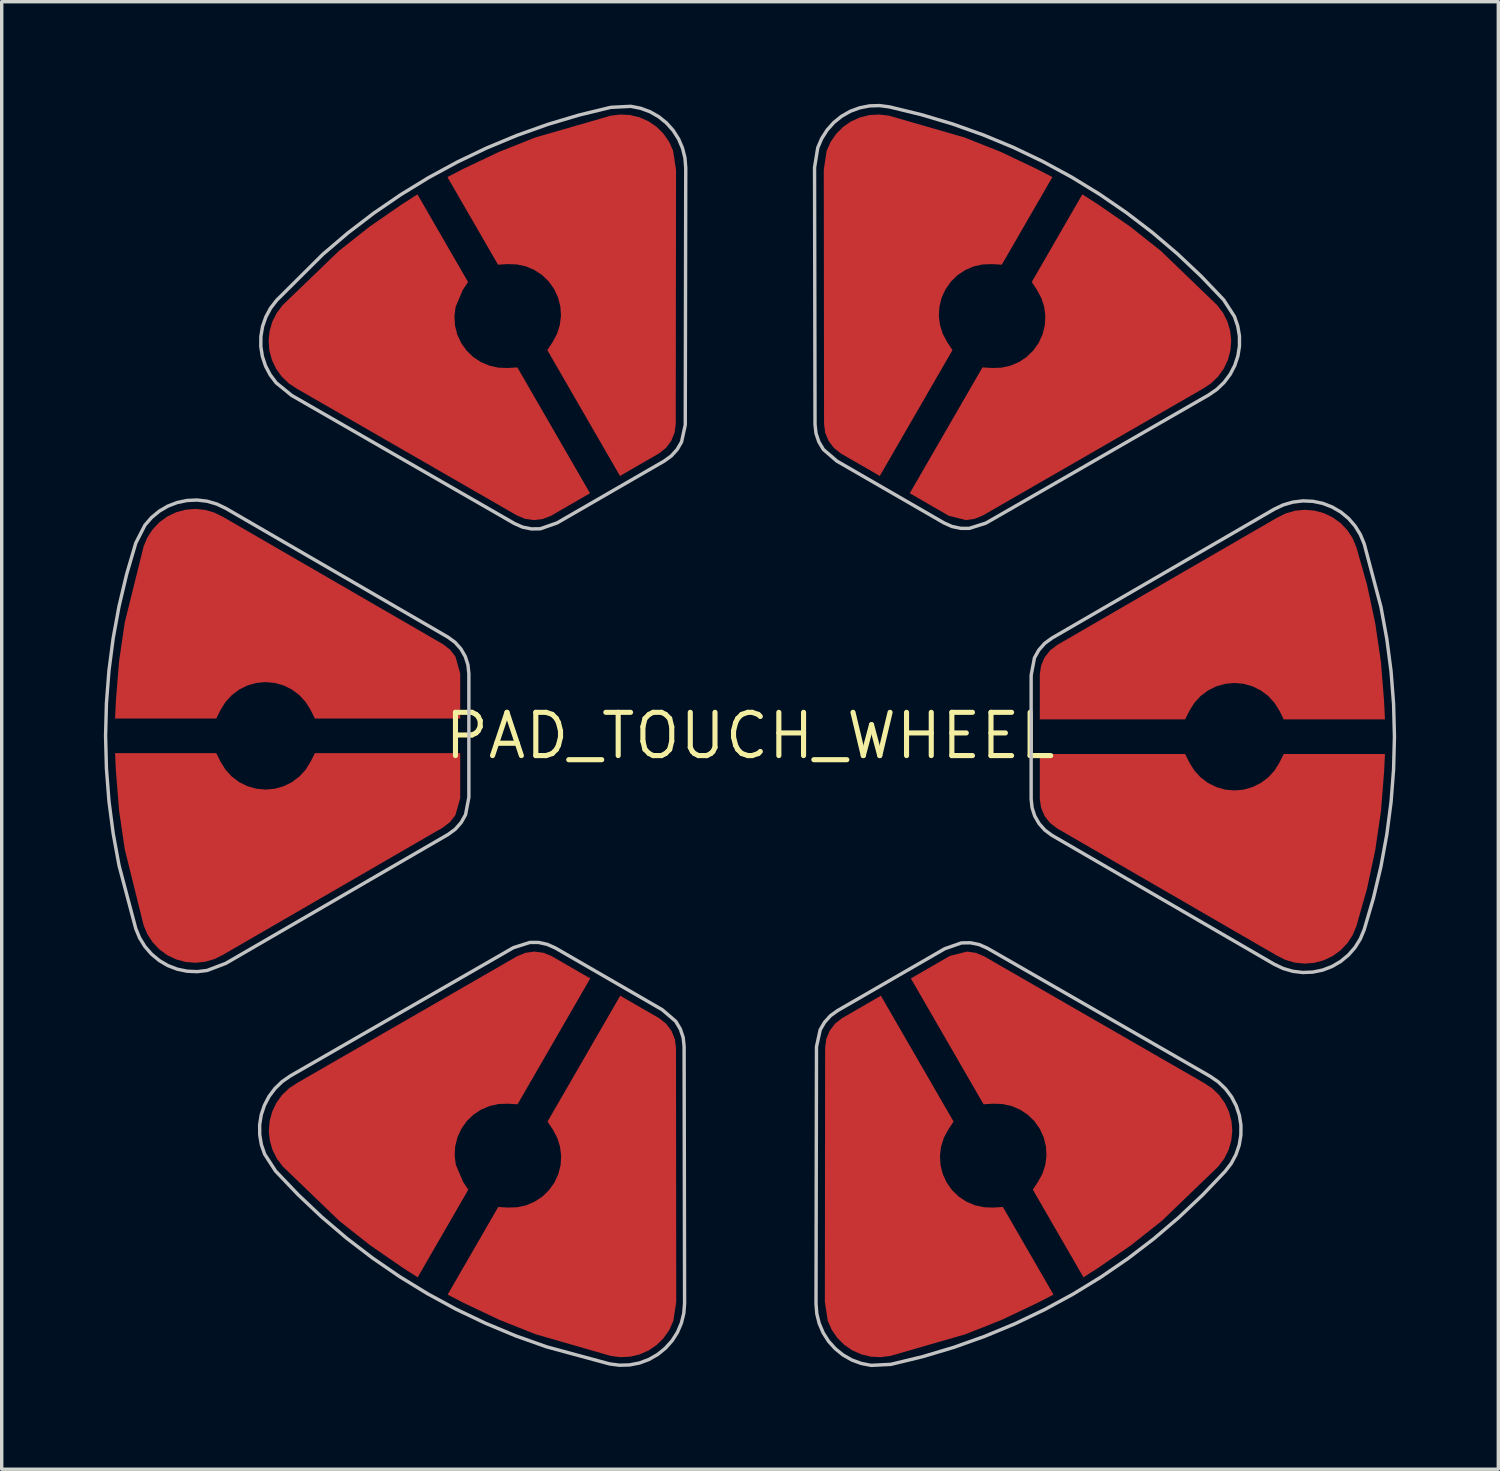
<source format=kicad_pcb>
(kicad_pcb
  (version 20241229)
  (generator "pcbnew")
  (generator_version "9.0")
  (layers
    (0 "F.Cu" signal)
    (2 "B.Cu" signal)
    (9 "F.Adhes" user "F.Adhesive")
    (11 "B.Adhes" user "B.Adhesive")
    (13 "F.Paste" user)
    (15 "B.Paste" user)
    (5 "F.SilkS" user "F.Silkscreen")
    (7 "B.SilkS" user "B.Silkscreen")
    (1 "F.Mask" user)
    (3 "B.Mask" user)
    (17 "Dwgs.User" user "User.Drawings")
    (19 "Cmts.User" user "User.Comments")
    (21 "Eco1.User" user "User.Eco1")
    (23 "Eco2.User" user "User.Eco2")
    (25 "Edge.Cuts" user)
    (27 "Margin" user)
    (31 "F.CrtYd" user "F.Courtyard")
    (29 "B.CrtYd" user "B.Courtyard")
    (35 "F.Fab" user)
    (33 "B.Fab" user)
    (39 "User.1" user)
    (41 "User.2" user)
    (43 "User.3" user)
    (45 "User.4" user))
  (footprint "PAD_TOUCH_WHEEL"
    (layer "F.Cu")
    (at 18.972 18.556)
    (property "Reference" "PAD_TOUCH_WHEEL" (at 0 0 0) (layer "F.SilkS") (effects (font (size 1.27 1.27) (thickness 0.15))))
    (attr through_hole)
    (fp_poly (pts (xy -3.818 -7.631) (xy -5.952 -11.326) (xy -5.795 -11.563) (xy -5.795 -11.563) (xy -5.667 -11.803) (xy -5.584 -12.063) (xy -5.551 -12.333) (xy -5.568 -12.604) (xy -5.635 -12.868) (xy -5.749 -13.115) (xy -5.906 -13.337) (xy -6.101 -13.527) (xy -6.328 -13.677) (xy -6.578 -13.784) (xy -6.844 -13.842) (xy -7.116 -13.851) (xy -7.399 -13.834) (xy -8.885 -16.407) (xy -8.411 -16.652) (xy -7.37 -17.146) (xy -6.3 -17.571) (xy -4.089 -18.209) (xy -3.804 -18.244) (xy -3.518 -18.228) (xy -3.24 -18.16) (xy -2.978 -18.043) (xy -2.742 -17.881) (xy -2.539 -17.678) (xy -2.376 -17.443) (xy -2.258 -17.181) (xy -2.172 -16.617) (xy -2.18 -9.163) (xy -2.214 -8.904) (xy -2.312 -8.662) (xy -2.469 -8.453) (xy -2.674 -8.291)) (stroke (width 0) (type solid)) (fill yes) (layer "F.Cu"))
    (fp_poly (pts (xy -3.811 7.631) (xy -5.945 11.326) (xy -5.788 11.563) (xy -5.788 11.563) (xy -5.66 11.803) (xy -5.578 12.063) (xy -5.545 12.333) (xy -5.561 12.604) (xy -5.628 12.868) (xy -5.742 13.115) (xy -5.899 13.337) (xy -6.094 13.527) (xy -6.321 13.677) (xy -6.571 13.784) (xy -6.837 13.842) (xy -7.109 13.851) (xy -7.393 13.834) (xy -8.878 16.407) (xy -8.404 16.652) (xy -7.364 17.146) (xy -6.294 17.571) (xy -4.082 18.209) (xy -3.797 18.244) (xy -3.511 18.228) (xy -3.233 18.16) (xy -2.971 18.043) (xy -2.735 17.881) (xy -2.532 17.678) (xy -2.369 17.443) (xy -2.251 17.181) (xy -2.166 16.617) (xy -2.173 9.163) (xy -2.207 8.904) (xy -2.306 8.662) (xy -2.463 8.453) (xy -2.667 8.291)) (stroke (width 0) (type solid)) (fill yes) (layer "F.Cu"))
    (fp_poly (pts (xy 3.811 -7.631) (xy 5.945 -11.326) (xy 5.788 -11.563) (xy 5.788 -11.563) (xy 5.66 -11.803) (xy 5.578 -12.063) (xy 5.545 -12.333) (xy 5.562 -12.604) (xy 5.628 -12.868) (xy 5.742 -13.115) (xy 5.899 -13.337) (xy 6.094 -13.527) (xy 6.321 -13.677) (xy 6.571 -13.784) (xy 6.837 -13.842) (xy 7.109 -13.851) (xy 7.393 -13.834) (xy 8.879 -16.407) (xy 8.404 -16.652) (xy 7.364 -17.146) (xy 6.294 -17.571) (xy 4.082 -18.209) (xy 3.798 -18.244) (xy 3.511 -18.228) (xy 3.233 -18.16) (xy 2.971 -18.043) (xy 2.735 -17.881) (xy 2.532 -17.678) (xy 2.369 -17.443) (xy 2.251 -17.181) (xy 2.166 -16.617) (xy 2.174 -9.163) (xy 2.207 -8.904) (xy 2.306 -8.662) (xy 2.463 -8.453) (xy 2.667 -8.291)) (stroke (width 0) (type solid)) (fill yes) (layer "F.Cu"))
    (fp_poly (pts (xy 3.843 7.631) (xy 5.977 11.326) (xy 5.821 11.563) (xy 5.82 11.563) (xy 5.692 11.803) (xy 5.61 12.063) (xy 5.577 12.333) (xy 5.594 12.604) (xy 5.66 12.868) (xy 5.774 13.115) (xy 5.931 13.337) (xy 6.126 13.527) (xy 6.353 13.677) (xy 6.604 13.784) (xy 6.869 13.842) (xy 7.141 13.851) (xy 7.425 13.834) (xy 8.911 16.407) (xy 8.436 16.652) (xy 7.396 17.146) (xy 6.326 17.571) (xy 4.114 18.209) (xy 3.83 18.244) (xy 3.544 18.228) (xy 3.265 18.16) (xy 3.004 18.043) (xy 2.767 17.881) (xy 2.564 17.678) (xy 2.401 17.443) (xy 2.284 17.181) (xy 2.198 16.617) (xy 2.206 9.163) (xy 2.239 8.904) (xy 2.338 8.662) (xy 2.495 8.453) (xy 2.7 8.291)) (stroke (width 0) (type solid)) (fill yes) (layer "F.Cu"))
    (fp_poly (pts (xy -8.509 -0.508) (xy -12.776 -0.508) (xy -12.903 -0.762) (xy -13.047 -0.993) (xy -13.23 -1.194) (xy -13.448 -1.358) (xy -13.691 -1.479) (xy -13.953 -1.553) (xy -14.224 -1.578) (xy -14.495 -1.553) (xy -14.757 -1.479) (xy -15 -1.358) (xy -15.218 -1.194) (xy -15.401 -0.993) (xy -15.545 -0.762) (xy -15.672 -0.508) (xy -18.644 -0.508) (xy -18.618 -1.041) (xy -18.526 -2.189) (xy -18.359 -3.329) (xy -17.805 -5.563) (xy -17.805 -5.563) (xy -17.694 -5.827) (xy -17.537 -6.066) (xy -17.339 -6.274) (xy -17.107 -6.442) (xy -16.848 -6.565) (xy -16.571 -6.64) (xy -16.285 -6.663) (xy -16 -6.634) (xy -15.725 -6.554) (xy -15.469 -6.426) (xy -9.017 -2.692) (xy -9.017 -2.692) (xy -8.81 -2.534) (xy -8.649 -2.327) (xy -8.509 -1.829)) (stroke (width 0) (type solid)) (fill yes) (layer "F.Cu"))
    (fp_poly (pts (xy -8.509 0.508) (xy -12.776 0.508) (xy -12.903 0.762) (xy -13.047 0.993) (xy -13.23 1.194) (xy -13.448 1.358) (xy -13.691 1.479) (xy -13.953 1.553) (xy -14.224 1.578) (xy -14.495 1.553) (xy -14.757 1.479) (xy -15 1.358) (xy -15.218 1.194) (xy -15.401 0.993) (xy -15.545 0.762) (xy -15.672 0.508) (xy -18.644 0.508) (xy -18.618 1.041) (xy -18.526 2.189) (xy -18.359 3.329) (xy -17.805 5.563) (xy -17.805 5.563) (xy -17.694 5.827) (xy -17.537 6.066) (xy -17.339 6.274) (xy -17.107 6.442) (xy -16.848 6.565) (xy -16.571 6.64) (xy -16.285 6.663) (xy -16 6.634) (xy -15.725 6.554) (xy -15.469 6.426) (xy -9.017 2.692) (xy -9.017 2.692) (xy -8.81 2.534) (xy -8.649 2.327) (xy -8.509 1.829)) (stroke (width 0) (type solid)) (fill yes) (layer "F.Cu"))
    (fp_poly (pts (xy -4.698 -7.123) (xy -6.831 -10.818) (xy -7.115 -10.801) (xy -7.387 -10.81) (xy -7.653 -10.869) (xy -7.903 -10.975) (xy -8.13 -11.125) (xy -8.325 -11.315) (xy -8.482 -11.537) (xy -8.596 -11.784) (xy -8.662 -12.048) (xy -8.679 -12.32) (xy -8.646 -12.59) (xy -8.436 -13.089) (xy -8.279 -13.326) (xy -9.765 -15.899) (xy -10.214 -15.611) (xy -11.162 -14.957) (xy -12.066 -14.243) (xy -13.723 -12.646) (xy -13.723 -12.646) (xy -13.896 -12.418) (xy -14.025 -12.162) (xy -14.106 -11.887) (xy -14.135 -11.602) (xy -14.113 -11.316) (xy -14.039 -11.039) (xy -13.916 -10.78) (xy -13.749 -10.547) (xy -13.542 -10.349) (xy -13.303 -10.191) (xy -6.843 -6.471) (xy -6.843 -6.471) (xy -6.602 -6.371) (xy -6.344 -6.335) (xy -6.084 -6.367) (xy -5.842 -6.462)) (stroke (width 0) (type solid)) (fill yes) (layer "F.Cu"))
    (fp_poly (pts (xy -4.691 7.123) (xy -6.825 10.818) (xy -7.108 10.801) (xy -7.38 10.81) (xy -7.646 10.869) (xy -7.896 10.975) (xy -8.123 11.125) (xy -8.318 11.315) (xy -8.475 11.537) (xy -8.589 11.784) (xy -8.656 12.048) (xy -8.673 12.32) (xy -8.639 12.59) (xy -8.429 13.089) (xy -8.272 13.326) (xy -9.758 15.899) (xy -10.207 15.611) (xy -11.155 14.957) (xy -12.059 14.243) (xy -13.717 12.646) (xy -13.717 12.646) (xy -13.89 12.418) (xy -14.019 12.162) (xy -14.099 11.887) (xy -14.129 11.602) (xy -14.106 11.316) (xy -14.032 11.039) (xy -13.909 10.78) (xy -13.742 10.547) (xy -13.535 10.349) (xy -13.296 10.191) (xy -6.837 6.471) (xy -6.837 6.471) (xy -6.595 6.371) (xy -6.337 6.335) (xy -6.078 6.367) (xy -5.835 6.462)) (stroke (width 0) (type solid)) (fill yes) (layer "F.Cu"))
    (fp_poly (pts (xy 4.691 -7.123) (xy 6.825 -10.818) (xy 7.108 -10.801) (xy 7.38 -10.81) (xy 7.646 -10.869) (xy 7.896 -10.975) (xy 8.123 -11.125) (xy 8.318 -11.315) (xy 8.475 -11.537) (xy 8.589 -11.784) (xy 8.656 -12.048) (xy 8.673 -12.32) (xy 8.64 -12.59) (xy 8.557 -12.849) (xy 8.429 -13.089) (xy 8.273 -13.326) (xy 9.758 -15.899) (xy 10.208 -15.611) (xy 11.156 -14.957) (xy 12.059 -14.243) (xy 13.717 -12.646) (xy 13.717 -12.646) (xy 13.89 -12.418) (xy 14.019 -12.162) (xy 14.099 -11.887) (xy 14.129 -11.602) (xy 14.106 -11.316) (xy 14.032 -11.039) (xy 13.91 -10.78) (xy 13.742 -10.547) (xy 13.535 -10.349) (xy 13.296 -10.191) (xy 6.837 -6.471) (xy 6.837 -6.471) (xy 6.596 -6.371) (xy 6.337 -6.335) (xy 5.835 -6.462)) (stroke (width 0) (type solid)) (fill yes) (layer "F.Cu"))
    (fp_poly (pts (xy 4.723 7.123) (xy 6.857 10.818) (xy 7.14 10.801) (xy 7.412 10.81) (xy 7.678 10.869) (xy 7.929 10.975) (xy 8.155 11.125) (xy 8.351 11.315) (xy 8.508 11.537) (xy 8.621 11.784) (xy 8.688 12.048) (xy 8.705 12.32) (xy 8.672 12.59) (xy 8.59 12.849) (xy 8.461 13.089) (xy 8.305 13.326) (xy 9.791 15.899) (xy 10.24 15.611) (xy 11.188 14.957) (xy 12.091 14.243) (xy 13.749 12.646) (xy 13.749 12.646) (xy 13.922 12.418) (xy 14.051 12.162) (xy 14.131 11.887) (xy 14.161 11.602) (xy 14.138 11.316) (xy 14.064 11.039) (xy 13.942 10.78) (xy 13.774 10.547) (xy 13.568 10.349) (xy 13.328 10.191) (xy 6.869 6.471) (xy 6.869 6.471) (xy 6.628 6.371) (xy 6.369 6.335) (xy 5.867 6.462)) (stroke (width 0) (type solid)) (fill yes) (layer "F.Cu"))
    (fp_poly (pts (xy 8.509 -0.483) (xy 12.776 -0.483) (xy 12.903 -0.737) (xy 13.047 -0.968) (xy 13.23 -1.169) (xy 13.448 -1.332) (xy 13.691 -1.453) (xy 13.953 -1.528) (xy 14.224 -1.553) (xy 14.495 -1.528) (xy 14.757 -1.453) (xy 15 -1.332) (xy 15.218 -1.169) (xy 15.401 -0.968) (xy 15.545 -0.737) (xy 15.672 -0.483) (xy 18.644 -0.483) (xy 18.618 -1.016) (xy 18.526 -2.164) (xy 18.359 -3.303) (xy 18.119 -4.429) (xy 17.805 -5.537) (xy 17.805 -5.537) (xy 17.694 -5.801) (xy 17.537 -6.041) (xy 17.339 -6.248) (xy 17.107 -6.416) (xy 16.848 -6.54) (xy 16.571 -6.614) (xy 16.285 -6.638) (xy 16 -6.609) (xy 15.725 -6.529) (xy 15.469 -6.401) (xy 9.017 -2.667) (xy 9.017 -2.667) (xy 8.81 -2.508) (xy 8.649 -2.302) (xy 8.547 -2.062) (xy 8.509 -1.803)) (stroke (width 0) (type solid)) (fill yes) (layer "F.Cu"))
    (fp_poly (pts (xy 8.509 0.533) (xy 12.776 0.533) (xy 12.903 0.787) (xy 13.047 1.019) (xy 13.23 1.219) (xy 13.448 1.383) (xy 13.691 1.504) (xy 13.953 1.579) (xy 14.224 1.604) (xy 14.495 1.579) (xy 14.757 1.504) (xy 15 1.383) (xy 15.218 1.219) (xy 15.401 1.019) (xy 15.545 0.787) (xy 15.672 0.533) (xy 18.644 0.533) (xy 18.618 1.067) (xy 18.526 2.215) (xy 18.359 3.354) (xy 18.119 4.48) (xy 17.805 5.588) (xy 17.805 5.588) (xy 17.694 5.852) (xy 17.537 6.092) (xy 17.339 6.299) (xy 17.107 6.467) (xy 16.848 6.59) (xy 16.571 6.665) (xy 16.285 6.688) (xy 16 6.66) (xy 15.725 6.58) (xy 15.469 6.452) (xy 9.017 2.718) (xy 9.017 2.718) (xy 8.81 2.559) (xy 8.649 2.353) (xy 8.547 2.113) (xy 8.509 1.854)) (stroke (width 0) (type solid)) (fill yes) (layer "F.Cu"))
    (fp_poly (pts (xy -8.382 -0.381) (xy -18.771 -0.381) (xy -18.745 -1.041) (xy -18.684 -1.961) (xy -18.572 -2.876) (xy -18.409 -3.783) (xy -17.932 -5.563) (xy -17.826 -5.818) (xy -17.68 -6.054) (xy -17.499 -6.263) (xy -17.288 -6.442) (xy -17.051 -6.585) (xy -16.794 -6.69) (xy -16.525 -6.752) (xy -16.249 -6.772) (xy -15.973 -6.748) (xy -15.704 -6.681) (xy -15.215 -6.426) (xy -9.017 -2.845) (xy -8.815 -2.7) (xy -8.644 -2.518) (xy -8.512 -2.307) (xy -8.382 -1.829)) (stroke (width 0) (type solid)) (fill yes) (layer "F.Mask"))
    (fp_poly (pts (xy 3.858 -7.457) (xy 9.052 -16.454) (xy 8.467 -16.762) (xy 7.64 -17.169) (xy 6.792 -17.529) (xy 5.925 -17.841) (xy 4.146 -18.319) (xy 3.868 -18.354) (xy 3.589 -18.346) (xy 3.314 -18.293) (xy 3.052 -18.198) (xy 2.807 -18.063) (xy 2.587 -17.891) (xy 2.396 -17.686) (xy 2.241 -17.454) (xy 2.123 -17.201) (xy 2.047 -16.932) (xy 2.015 -16.654) (xy 2.026 -16.375) (xy 2.042 -9.239) (xy 2.066 -8.991) (xy 2.138 -8.753) (xy 2.255 -8.533) (xy 2.604 -8.181)) (stroke (width 0) (type solid)) (fill yes) (layer "F.Mask"))
    (fp_poly (pts (xy 8.382 0.406) (xy 18.771 0.406) (xy 18.745 1.067) (xy 18.684 1.986) (xy 18.572 2.901) (xy 18.409 3.808) (xy 17.932 5.588) (xy 17.826 5.843) (xy 17.68 6.079) (xy 17.499 6.289) (xy 17.288 6.467) (xy 17.051 6.611) (xy 16.794 6.715) (xy 16.525 6.778) (xy 16.249 6.798) (xy 15.973 6.774) (xy 15.704 6.707) (xy 15.215 6.452) (xy 9.017 2.87) (xy 8.815 2.725) (xy 8.644 2.544) (xy 8.512 2.332) (xy 8.424 2.1) (xy 8.382 1.854)) (stroke (width 0) (type solid)) (fill yes) (layer "F.Mask"))
    (fp_poly (pts (xy -8.382 0.381) (xy -18.771 0.381) (xy -18.745 1.041) (xy -18.684 1.961) (xy -18.572 2.876) (xy -18.409 3.783) (xy -17.932 5.563) (xy -17.825 5.82) (xy -17.677 6.058) (xy -17.495 6.269) (xy -17.281 6.45) (xy -17.042 6.594) (xy -16.782 6.698) (xy -16.51 6.761) (xy -16.231 6.78) (xy -15.953 6.755) (xy -15.682 6.686) (xy -15.425 6.576) (xy -15.189 6.426) (xy -9.017 2.845) (xy -9.017 2.845) (xy -8.815 2.7) (xy -8.645 2.518) (xy -8.513 2.307) (xy -8.382 1.829)) (stroke (width 0) (type solid)) (fill yes) (layer "F.Mask"))
    (fp_poly (pts (xy -3.858 7.457) (xy -9.052 16.454) (xy -8.467 16.762) (xy -7.64 17.169) (xy -6.792 17.529) (xy -5.925 17.841) (xy -4.145 18.319) (xy -3.868 18.354) (xy -3.589 18.346) (xy -3.314 18.293) (xy -3.052 18.198) (xy -2.807 18.063) (xy -2.587 17.891) (xy -2.396 17.686) (xy -2.24 17.454) (xy -2.123 17.201) (xy -2.047 16.932) (xy -2.014 16.654) (xy -2.026 16.375) (xy -2.041 9.239) (xy -2.066 8.991) (xy -2.138 8.753) (xy -2.255 8.533) (xy -2.412 8.34) (xy -2.604 8.181)) (stroke (width 0) (type solid)) (fill yes) (layer "F.Mask"))
    (fp_poly (pts (xy -4.518 7.076) (xy -9.712 16.073) (xy -10.271 15.721) (xy -11.037 15.208) (xy -11.773 14.654) (xy -12.477 14.059) (xy -13.147 13.426) (xy -13.78 12.756) (xy -13.78 12.756) (xy -13.948 12.536) (xy -14.079 12.292) (xy -14.17 12.031) (xy -14.219 11.758) (xy -14.225 11.482) (xy -14.187 11.207) (xy -14.107 10.942) (xy -13.986 10.693) (xy -13.827 10.466) (xy -13.635 10.267) (xy -13.169 9.971) (xy -6.969 6.394) (xy -6.742 6.291) (xy -6.499 6.234) (xy -6.251 6.226) (xy -6.005 6.266) (xy -5.771 6.352)) (stroke (width 0) (type solid)) (fill yes) (layer "F.Mask"))
    (fp_poly (pts (xy -3.864 -7.457) (xy -9.059 -16.454) (xy -8.474 -16.762) (xy -7.647 -17.169) (xy -6.799 -17.529) (xy -5.932 -17.841) (xy -5.049 -18.105) (xy -4.152 -18.319) (xy -4.152 -18.319) (xy -3.878 -18.354) (xy -3.601 -18.346) (xy -3.329 -18.294) (xy -3.068 -18.2) (xy -2.826 -18.067) (xy -2.607 -17.897) (xy -2.418 -17.695) (xy -2.263 -17.465) (xy -2.146 -17.215) (xy -2.069 -16.948) (xy -2.045 -16.397) (xy -2.048 -9.239) (xy -2.073 -8.991) (xy -2.145 -8.753) (xy -2.261 -8.533) (xy -2.419 -8.34) (xy -2.611 -8.181)) (stroke (width 0) (type solid)) (fill yes) (layer "F.Mask"))
    (fp_poly (pts (xy 3.89 7.457) (xy 9.084 16.454) (xy 8.5 16.762) (xy 7.673 17.169) (xy 6.824 17.529) (xy 5.957 17.841) (xy 4.178 18.319) (xy 4.178 18.319) (xy 3.903 18.354) (xy 3.626 18.346) (xy 3.354 18.294) (xy 3.094 18.2) (xy 2.851 18.067) (xy 2.633 17.897) (xy 2.443 17.695) (xy 2.288 17.465) (xy 2.171 17.215) (xy 2.095 16.948) (xy 2.061 16.674) (xy 2.071 16.397) (xy 2.074 9.239) (xy 2.098 8.991) (xy 2.17 8.753) (xy 2.287 8.533) (xy 2.444 8.34) (xy 2.636 8.181)) (stroke (width 0) (type solid)) (fill yes) (layer "F.Mask"))
    (fp_poly (pts (xy 4.518 -7.076) (xy 9.712 -16.073) (xy 10.271 -15.721) (xy 11.037 -15.208) (xy 11.773 -14.654) (xy 12.477 -14.059) (xy 13.78 -12.756) (xy 13.78 -12.756) (xy 13.948 -12.536) (xy 14.079 -12.292) (xy 14.17 -12.031) (xy 14.219 -11.758) (xy 14.225 -11.482) (xy 14.187 -11.207) (xy 14.107 -10.942) (xy 13.986 -10.693) (xy 13.827 -10.466) (xy 13.635 -10.267) (xy 13.414 -10.101) (xy 13.169 -9.971) (xy 6.969 -6.394) (xy 6.742 -6.291) (xy 6.5 -6.234) (xy 6.251 -6.226) (xy 6.005 -6.266) (xy 5.771 -6.352)) (stroke (width 0) (type solid)) (fill yes) (layer "F.Mask"))
    (fp_poly (pts (xy 8.382 -0.356) (xy 18.771 -0.356) (xy 18.745 -1.016) (xy 18.684 -1.936) (xy 18.572 -2.85) (xy 18.409 -3.757) (xy 17.932 -5.537) (xy 17.825 -5.795) (xy 17.677 -6.033) (xy 17.495 -6.244) (xy 17.281 -6.424) (xy 17.042 -6.568) (xy 16.782 -6.673) (xy 16.51 -6.736) (xy 16.231 -6.755) (xy 15.953 -6.729) (xy 15.682 -6.661) (xy 15.425 -6.55) (xy 15.189 -6.401) (xy 9.017 -2.819) (xy 9.017 -2.819) (xy 8.815 -2.674) (xy 8.645 -2.493) (xy 8.513 -2.281) (xy 8.424 -2.049) (xy 8.382 -1.803)) (stroke (width 0) (type solid)) (fill yes) (layer "F.Mask"))
    (fp_poly (pts (xy -4.524 -7.076) (xy -9.719 -16.073) (xy -10.278 -15.721) (xy -11.044 -15.208) (xy -11.78 -14.654) (xy -12.484 -14.059) (xy -13.153 -13.426) (xy -13.787 -12.756) (xy -13.787 -12.756) (xy -13.956 -12.534) (xy -14.088 -12.288) (xy -14.18 -12.024) (xy -14.229 -11.749) (xy -14.234 -11.469) (xy -14.196 -11.192) (xy -14.114 -10.925) (xy -13.991 -10.674) (xy -13.83 -10.446) (xy -13.635 -10.246) (xy -13.411 -10.079) (xy -13.163 -9.949) (xy -6.976 -6.394) (xy -6.749 -6.292) (xy -6.506 -6.235) (xy -6.257 -6.226) (xy -6.012 -6.266) (xy -5.778 -6.352)) (stroke (width 0) (type solid)) (fill yes) (layer "F.Mask"))
    (fp_poly (pts (xy 4.55 7.076) (xy 9.744 16.073) (xy 10.303 15.721) (xy 11.069 15.208) (xy 11.805 14.654) (xy 12.509 14.059) (xy 13.179 13.426) (xy 13.812 12.756) (xy 13.812 12.756) (xy 13.982 12.534) (xy 14.114 12.288) (xy 14.206 12.024) (xy 14.255 11.749) (xy 14.26 11.469) (xy 14.221 11.192) (xy 14.139 10.925) (xy 14.016 10.674) (xy 13.855 10.446) (xy 13.66 10.246) (xy 13.436 10.079) (xy 13.189 9.949) (xy 7.001 6.394) (xy 6.774 6.292) (xy 6.532 6.235) (xy 6.283 6.226) (xy 6.037 6.266) (xy 5.804 6.352)) (stroke (width 0) (type solid)) (fill yes) (layer "F.Mask"))
    (fp_poly (pts (xy -8.255 1.803) (xy -8.255 -1.829) (xy -8.255 -1.829) (xy -8.282 -2.084) (xy -8.36 -2.328) (xy -8.488 -2.551) (xy -8.658 -2.743) (xy -8.865 -2.896) (xy -15.392 -6.68) (xy -15.658 -6.807) (xy -15.941 -6.889) (xy -16.234 -6.924) (xy -16.528 -6.911) (xy -16.817 -6.851) (xy -17.092 -6.746) (xy -17.346 -6.597) (xy -17.573 -6.409) (xy -17.766 -6.187) (xy -18.034 -5.664) (xy -18.304 -4.744) (xy -18.526 -3.81) (xy -18.699 -2.867) (xy -18.823 -1.915) (xy -18.897 -0.959) (xy -18.922 0) (xy -18.897 0.959) (xy -18.823 1.915) (xy -18.699 2.867) (xy -18.526 3.81) (xy -18.034 5.664) (xy -17.921 5.936) (xy -17.766 6.187) (xy -17.573 6.409) (xy -17.346 6.597) (xy -17.092 6.746) (xy -16.817 6.851) (xy -16.528 6.911) (xy -16.234 6.924) (xy -15.941 6.889) (xy -15.392 6.68) (xy -8.865 2.896) (xy -8.865 2.896) (xy -8.653 2.741) (xy -8.48 2.544) (xy -8.352 2.315)) (stroke (width 0.1) (type solid)) (fill no) (layer "Dwgs.User"))
    (fp_poly (pts (xy -5.665 -6.252) (xy -2.52 -8.068) (xy -2.52 -8.068) (xy -2.312 -8.218) (xy -2.139 -8.409) (xy -2.01 -8.63) (xy -1.901 -9.129) (xy -1.887 -16.675) (xy -1.887 -16.675) (xy -1.91 -16.968) (xy -1.981 -17.254) (xy -2.097 -17.525) (xy -2.255 -17.774) (xy -2.451 -17.994) (xy -2.68 -18.179) (xy -2.936 -18.325) (xy -3.212 -18.427) (xy -3.501 -18.484) (xy -4.088 -18.454) (xy -5.02 -18.228) (xy -5.939 -17.953) (xy -6.843 -17.631) (xy -7.728 -17.263) (xy -8.594 -16.849) (xy -9.437 -16.391) (xy -10.255 -15.89) (xy -11.046 -15.348) (xy -11.808 -14.765) (xy -12.538 -14.143) (xy -13.898 -12.79) (xy -13.898 -12.79) (xy -14.078 -12.557) (xy -14.217 -12.297) (xy -14.313 -12.018) (xy -14.362 -11.728) (xy -14.364 -11.433) (xy -14.318 -11.142) (xy -14.226 -10.862) (xy -14.089 -10.601) (xy -13.913 -10.366) (xy -13.457 -9.995) (xy -6.916 -6.234) (xy -6.916 -6.234) (xy -6.676 -6.128) (xy -6.419 -6.076) (xy -6.157 -6.08)) (stroke (width 0.1) (type solid)) (fill no) (layer "Dwgs.User"))
    (fp_poly (pts (xy 5.716 6.252) (xy 2.571 8.068) (xy 2.363 8.218) (xy 2.19 8.409) (xy 2.061 8.63) (xy 1.952 9.129) (xy 1.938 16.675) (xy 1.938 16.675) (xy 1.961 16.968) (xy 2.032 17.254) (xy 2.147 17.525) (xy 2.305 17.774) (xy 2.502 17.994) (xy 2.731 18.179) (xy 2.987 18.325) (xy 3.263 18.427) (xy 3.552 18.484) (xy 4.138 18.454) (xy 5.071 18.228) (xy 5.99 17.953) (xy 6.893 17.631) (xy 7.779 17.263) (xy 8.645 16.849) (xy 9.488 16.391) (xy 10.306 15.89) (xy 11.097 15.348) (xy 11.859 14.765) (xy 12.589 14.143) (xy 13.287 13.484) (xy 13.949 12.79) (xy 14.129 12.557) (xy 14.268 12.297) (xy 14.364 12.018) (xy 14.413 11.728) (xy 14.415 11.433) (xy 14.369 11.142) (xy 14.276 10.862) (xy 14.14 10.601) (xy 13.963 10.366) (xy 13.751 10.162) (xy 13.508 9.995) (xy 6.967 6.234) (xy 6.967 6.234) (xy 6.727 6.128) (xy 6.47 6.076) (xy 6.208 6.08)) (stroke (width 0.1) (type solid)) (fill no) (layer "Dwgs.User"))
    (fp_poly (pts (xy -2.576 8.043) (xy -5.721 6.226) (xy -5.956 6.122) (xy -6.206 6.067) (xy -6.463 6.066) (xy -6.95 6.221) (xy -13.491 9.982) (xy -13.491 9.982) (xy -13.734 10.149) (xy -13.946 10.353) (xy -14.123 10.589) (xy -14.259 10.85) (xy -14.352 11.13) (xy -14.398 11.421) (xy -14.396 11.715) (xy -14.347 12.006) (xy -14.251 12.284) (xy -13.932 12.777) (xy -13.932 12.777) (xy -13.27 13.471) (xy -12.573 14.13) (xy -11.842 14.752) (xy -11.08 15.335) (xy -10.289 15.878) (xy -9.471 16.379) (xy -8.628 16.837) (xy -7.762 17.25) (xy -6.877 17.619) (xy -5.973 17.94) (xy -4.122 18.442) (xy -4.122 18.442) (xy -3.83 18.48) (xy -3.535 18.471) (xy -3.246 18.415) (xy -2.97 18.312) (xy -2.714 18.166) (xy -2.485 17.981) (xy -2.288 17.761) (xy -2.13 17.513) (xy -2.015 17.242) (xy -1.944 16.956) (xy -1.921 16.662) (xy -1.935 9.117) (xy -1.935 9.116) (xy -1.963 8.856) (xy -2.046 8.608) (xy -2.181 8.383)) (stroke (width 0.1) (type solid)) (fill no) (layer "Dwgs.User"))
    (fp_poly (pts (xy 2.55 -8.068) (xy 5.696 -6.252) (xy 5.93 -6.147) (xy 6.181 -6.093) (xy 6.438 -6.092) (xy 6.925 -6.246) (xy 13.466 -10.007) (xy 13.466 -10.007) (xy 13.709 -10.174) (xy 13.921 -10.378) (xy 14.098 -10.614) (xy 14.234 -10.875) (xy 14.326 -11.155) (xy 14.372 -11.446) (xy 14.371 -11.741) (xy 14.321 -12.031) (xy 14.226 -12.31) (xy 13.907 -12.803) (xy 13.907 -12.803) (xy 13.245 -13.497) (xy 12.547 -14.156) (xy 11.817 -14.777) (xy 11.055 -15.36) (xy 10.264 -15.903) (xy 9.446 -16.404) (xy 8.603 -16.862) (xy 7.737 -17.276) (xy 6.851 -17.644) (xy 5.948 -17.966) (xy 5.028 -18.24) (xy 4.096 -18.467) (xy 4.096 -18.467) (xy 3.804 -18.506) (xy 3.51 -18.497) (xy 3.221 -18.44) (xy 2.944 -18.338) (xy 2.688 -18.192) (xy 2.459 -18.007) (xy 2.263 -17.787) (xy 2.105 -17.538) (xy 1.989 -17.267) (xy 1.895 -16.687) (xy 1.909 -9.142) (xy 1.909 -9.142) (xy 1.938 -8.881) (xy 2.021 -8.633) (xy 2.155 -8.408)) (stroke (width 0.1) (type solid)) (fill no) (layer "Dwgs.User"))
    (fp_poly (pts (xy 8.255 -1.778) (xy 8.255 1.854) (xy 8.255 1.854) (xy 8.282 2.109) (xy 8.36 2.354) (xy 8.488 2.577) (xy 8.658 2.768) (xy 8.865 2.921) (xy 15.392 6.706) (xy 15.658 6.832) (xy 15.941 6.914) (xy 16.234 6.949) (xy 16.528 6.937) (xy 16.817 6.877) (xy 17.092 6.771) (xy 17.346 6.622) (xy 17.573 6.434) (xy 17.766 6.212) (xy 17.921 5.962) (xy 18.034 5.69) (xy 18.304 4.769) (xy 18.526 3.836) (xy 18.699 2.892) (xy 18.823 1.941) (xy 18.897 0.984) (xy 18.922 0.025) (xy 18.897 -0.934) (xy 18.823 -1.89) (xy 18.699 -2.841) (xy 18.526 -3.785) (xy 18.034 -5.639) (xy 17.921 -5.911) (xy 17.766 -6.162) (xy 17.573 -6.384) (xy 17.346 -6.572) (xy 17.092 -6.72) (xy 16.817 -6.826) (xy 16.528 -6.886) (xy 16.234 -6.899) (xy 15.941 -6.863) (xy 15.658 -6.781) (xy 15.392 -6.655) (xy 8.865 -2.87) (xy 8.865 -2.87) (xy 8.653 -2.715) (xy 8.48 -2.519) (xy 8.352 -2.29)) (stroke (width 0.1) (type solid)) (fill no) (layer "Dwgs.User"))
    (pad "P$1" smd rect (at -15.926 -3.226) (size 1.016 0.508) (layers "F.Cu" "F.Mask"))
    (pad "P$2" smd rect (at -15.57 3.175) (size 1.016 0.508) (layers "F.Cu" "F.Mask"))
    (pad "P$3" smd rect (at 15.926 3.251 180) (size 1.016 0.508) (layers "F.Cu" "F.Mask"))
    (pad "P$4" smd rect (at 15.57 -3.15 180) (size 1.016 0.508) (layers "F.Cu" "F.Mask"))
    (pad "P$5" smd rect (at -10.753 12.187 60) (size 1.016 0.508) (layers "F.Cu" "F.Mask"))
    (pad "P$6" smd rect (at -5.032 15.079 60) (size 1.016 0.508) (layers "F.Cu" "F.Mask"))
    (pad "P$7" smd rect (at 5.198 15.413 120) (size 1.016 0.508) (layers "F.Cu" "F.Mask"))
    (pad "P$8" smd rect (at 10.564 11.904 120) (size 1.016 0.508) (layers "F.Cu" "F.Mask"))
    (pad "P$9" smd rect (at 10.753 -12.187 240) (size 1.016 0.508) (layers "F.Cu" "F.Mask"))
    (pad "P$10" smd rect (at 5.032 -15.079 240) (size 1.016 0.508) (layers "F.Cu" "F.Mask"))
    (pad "P$11" smd rect (at -5.173 -15.413 300) (size 1.016 0.508) (layers "F.Cu" "F.Mask"))
    (pad "P$12" smd rect (at -10.538 -11.904 300) (size 1.016 0.508) (layers "F.Cu" "F.Mask")))
  (gr_rect
    (start -3 -3)
    (end 40.944 40.09)
    (stroke (width 0.1) (type default))
    (fill no)
    (layer "Edge.Cuts")))
</source>
